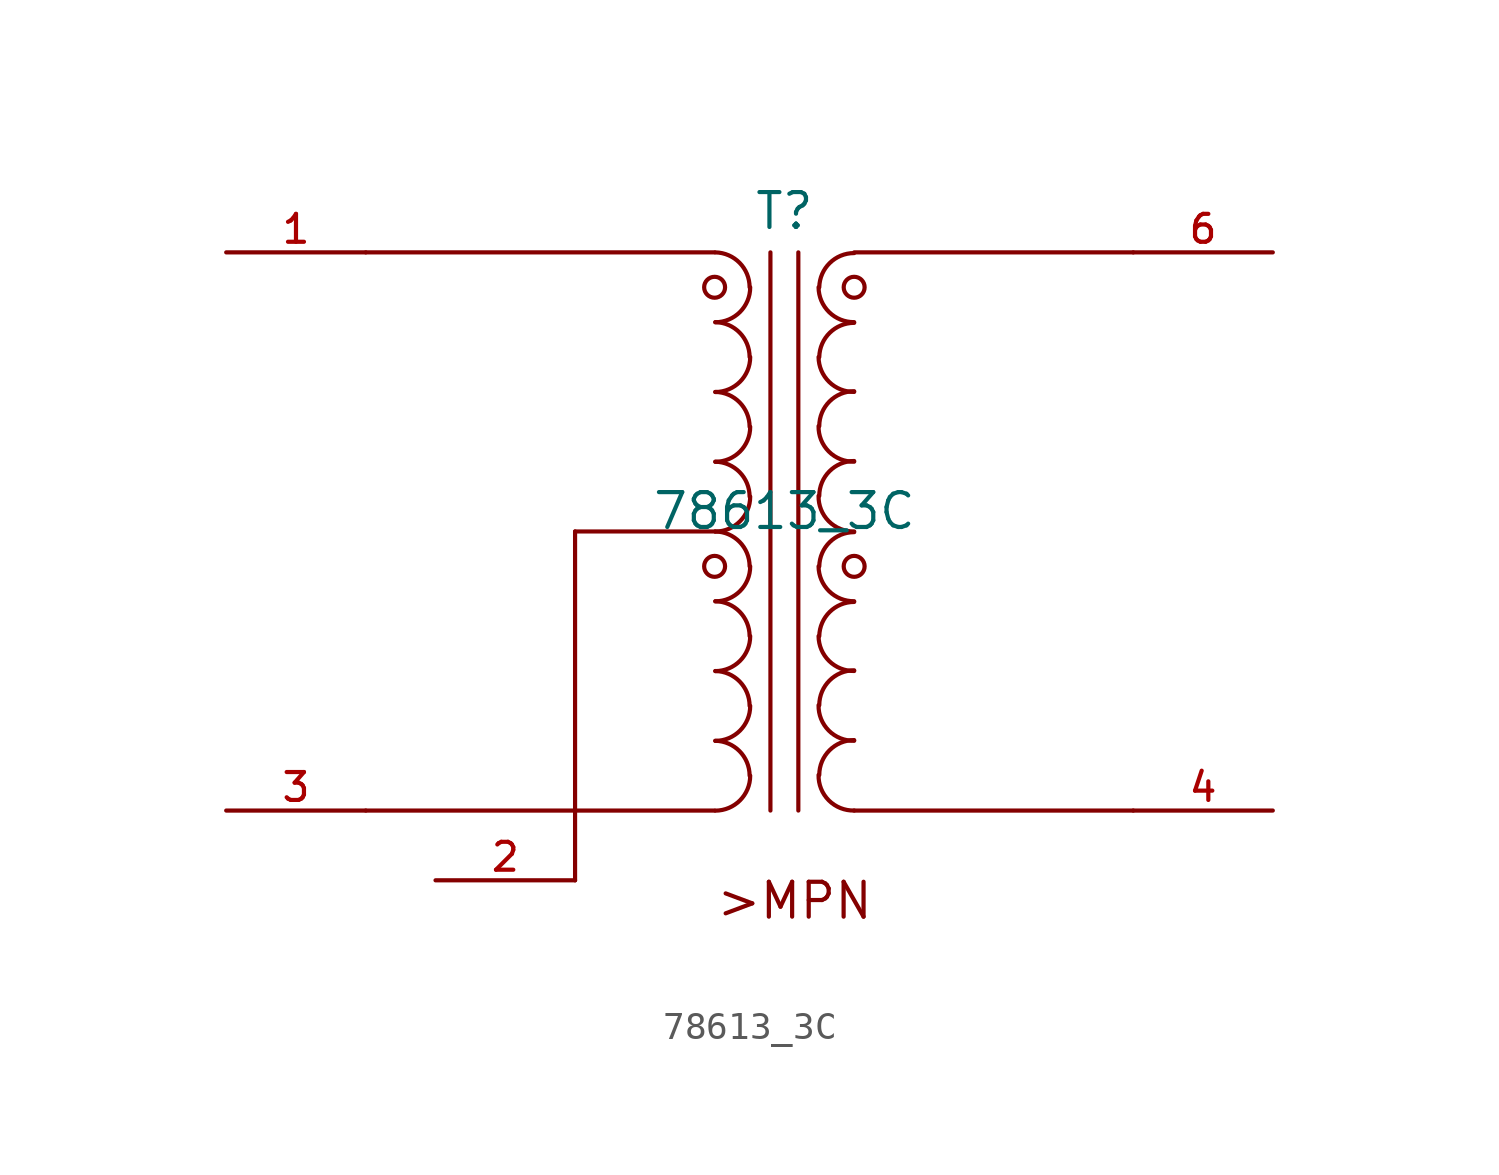
<source format=kicad_sym>
(kicad_symbol_lib
  (version 20241209)
  (generator "kicad_symbol_editor")
  (generator_version "9.0")
  (symbol "78613_3C"
    (pin_names
      (offset 1.016))
    (property "Reference" "T"
      (at 0 10.922 0)
      (effects (font (size 1.27 1.27)) (justify bottom)))
    (property "Value" "78613_3C"
      (at 0 0 0)
      (effects (font (size 1.27 1.27)) (justify bottom)))
    (symbol "78613_3C_0_0"
      (polyline (pts (xy -15.24 10.16) (xy -2.54 10.16)) (stroke (width 0.152) (type default)) (fill (type none)))
      (polyline (pts (xy -15.24 -10.16) (xy -2.54 -10.16)) (stroke (width 0.152) (type default)) (fill (type none)))
      (polyline (pts (xy -7.62 0) (xy -7.62 -12.7)) (stroke (width 0.152) (type default)) (fill (type none)))
      (circle (center -2.54 8.89) (radius 0.381) (stroke (width 0) (type default)) (fill (type none)))
      (arc (start -2.5146 10.1597) (mid -1.6329 9.779) (end -1.2697 8.89) (stroke (width 0.1524) (type default)) (fill (type none)))
      (arc (start -2.5146 7.6197) (mid -1.6329 7.239) (end -1.2697 6.35) (stroke (width 0.1524) (type default)) (fill (type none)))
      (arc (start -2.5146 5.0797) (mid -1.6331 4.699) (end -1.27 3.81) (stroke (width 0.1524) (type default)) (fill (type none)))
      (arc (start -2.5146 2.5397) (mid -1.6331 2.159) (end -1.27 1.27) (stroke (width 0.1524) (type default)) (fill (type none)))
      (polyline (pts (xy -2.54 0) (xy -7.62 0)) (stroke (width 0.152) (type default)) (fill (type none)))
      (circle (center -2.54 -1.27) (radius 0.381) (stroke (width 0) (type default)) (fill (type none)))
      (arc (start -2.5146 -0.0003) (mid -1.6329 -0.381) (end -1.2697 -1.27) (stroke (width 0.1524) (type default)) (fill (type none)))
      (arc (start -2.5146 -2.5403) (mid -1.6329 -2.921) (end -1.2697 -3.81) (stroke (width 0.1524) (type default)) (fill (type none)))
      (arc (start -2.5146 -5.0803) (mid -1.6331 -5.461) (end -1.27 -6.35) (stroke (width 0.1524) (type default)) (fill (type none)))
      (arc (start -2.5146 -7.6203) (mid -1.6331 -8.001) (end -1.27 -8.89) (stroke (width 0.1524) (type default)) (fill (type none)))
      (arc (start -1.2446 8.89) (mid -1.6166 7.992) (end -2.5146 7.62) (stroke (width 0.1524) (type default)) (fill (type none)))
      (arc (start -1.2446 6.35) (mid -1.6166 5.452) (end -2.5146 5.08) (stroke (width 0.1524) (type default)) (fill (type none)))
      (arc (start -1.2446 3.81) (mid -1.6166 2.912) (end -2.5146 2.54) (stroke (width 0.1524) (type default)) (fill (type none)))
      (arc (start -1.2446 1.27) (mid -1.6166 0.372) (end -2.5146 0) (stroke (width 0.1524) (type default)) (fill (type none)))
      (arc (start -1.2446 -1.27) (mid -1.6166 -2.168) (end -2.5146 -2.54) (stroke (width 0.1524) (type default)) (fill (type none)))
      (arc (start -1.2446 -3.81) (mid -1.6166 -4.708) (end -2.5146 -5.08) (stroke (width 0.1524) (type default)) (fill (type none)))
      (arc (start -1.2446 -6.35) (mid -1.6166 -7.248) (end -2.5146 -7.62) (stroke (width 0.1524) (type default)) (fill (type none)))
      (arc (start -1.2446 -8.89) (mid -1.6166 -9.788) (end -2.5146 -10.16) (stroke (width 0.1524) (type default)) (fill (type none)))
      (polyline (pts (xy -0.508 -10.16) (xy -0.508 10.16)) (stroke (width 0.152) (type default)) (fill (type none)))
      (polyline (pts (xy 0.508 10.16) (xy 0.508 -10.16)) (stroke (width 0.152) (type default)) (fill (type none)))
      (arc (start 2.54 2.5402) (mid 1.6139 2.9145) (end 1.2446 3.8359) (stroke (width 0.1524) (type default)) (fill (type none)))
      (arc (start 2.54 0.0002) (mid 1.6139 0.3745) (end 1.2446 1.2959) (stroke (width 0.1524) (type default)) (fill (type none)))
      (arc (start 2.54 -7.6198) (mid 1.6139 -7.2455) (end 1.2446 -6.3241) (stroke (width 0.1524) (type default)) (fill (type none)))
      (arc (start 2.54 -10.1598) (mid 1.6139 -9.7855) (end 1.2446 -8.8641) (stroke (width 0.1524) (type default)) (fill (type none)))
      (arc (start 2.54 7.6204) (mid 1.6292 7.9869) (end 1.2443 8.89) (stroke (width 0.1524) (type default)) (fill (type none)))
      (arc (start 2.54 5.0804) (mid 1.6292 5.4469) (end 1.2443 6.35) (stroke (width 0.1524) (type default)) (fill (type none)))
      (arc (start 2.54 -2.5396) (mid 1.6292 -2.1731) (end 1.2443 -1.27) (stroke (width 0.1524) (type default)) (fill (type none)))
      (arc (start 2.54 -5.0796) (mid 1.6292 -4.7131) (end 1.2443 -3.81) (stroke (width 0.1524) (type default)) (fill (type none)))
      (polyline (pts (xy 2.54 10.16) (xy 12.7 10.16)) (stroke (width 0.152) (type default)) (fill (type none)))
      (circle (center 2.54 8.89) (radius 0.381) (stroke (width 0) (type default)) (fill (type none)))
      (arc (start 1.27 8.89) (mid 1.6507 9.772) (end 2.54 10.1346) (stroke (width 0.1524) (type default)) (fill (type none)))
      (arc (start 1.27 6.35) (mid 1.6507 7.232) (end 2.54 7.5946) (stroke (width 0.1524) (type default)) (fill (type none)))
      (arc (start 1.27 3.8354) (mid 1.6421 4.7332) (end 2.54 5.1054) (stroke (width 0.1524) (type default)) (fill (type none)))
      (arc (start 1.27 1.2954) (mid 1.6421 2.1932) (end 2.54 2.5654) (stroke (width 0.1524) (type default)) (fill (type none)))
      (circle (center 2.54 -1.27) (radius 0.381) (stroke (width 0) (type default)) (fill (type none)))
      (arc (start 1.27 -1.27) (mid 1.6507 -0.388) (end 2.54 -0.0254) (stroke (width 0.1524) (type default)) (fill (type none)))
      (arc (start 1.27 -3.81) (mid 1.6507 -2.928) (end 2.54 -2.5654) (stroke (width 0.1524) (type default)) (fill (type none)))
      (arc (start 1.27 -6.3246) (mid 1.6421 -5.4268) (end 2.54 -5.0546) (stroke (width 0.1524) (type default)) (fill (type none)))
      (arc (start 1.27 -8.8646) (mid 1.6421 -7.9668) (end 2.54 -7.5946) (stroke (width 0.1524) (type default)) (fill (type none)))
      (polyline (pts (xy 2.54 -10.16) (xy 12.7 -10.16)) (stroke (width 0.152) (type default)) (fill (type none)))
      (text ">MPN" (at -2.54 -12.7 0) (effects (font (size 1.27 1.27)) (justify left top)))
      (pin passive line (at -20.32 10.16 0) (length 5.08) (name "~" (effects (font (size 1.016 1.016)))) (number "1" (effects (font (size 1.016 1.016)))))
      (pin passive line (at -20.32 -10.16 0) (length 5.08) (name "~" (effects (font (size 1.016 1.016)))) (number "3" (effects (font (size 1.016 1.016)))))
      (pin passive line (at -12.7 -12.7 0) (length 5.08) (name "~" (effects (font (size 1.016 1.016)))) (number "2" (effects (font (size 1.016 1.016)))))
      (pin passive line (at 17.78 10.16 180) (length 5.08) (name "~" (effects (font (size 1.016 1.016)))) (number "6" (effects (font (size 1.016 1.016)))))
      (pin passive line (at 17.78 -10.16 180) (length 5.08) (name "~" (effects (font (size 1.016 1.016)))) (number "4" (effects (font (size 1.016 1.016))))))))
</source>
